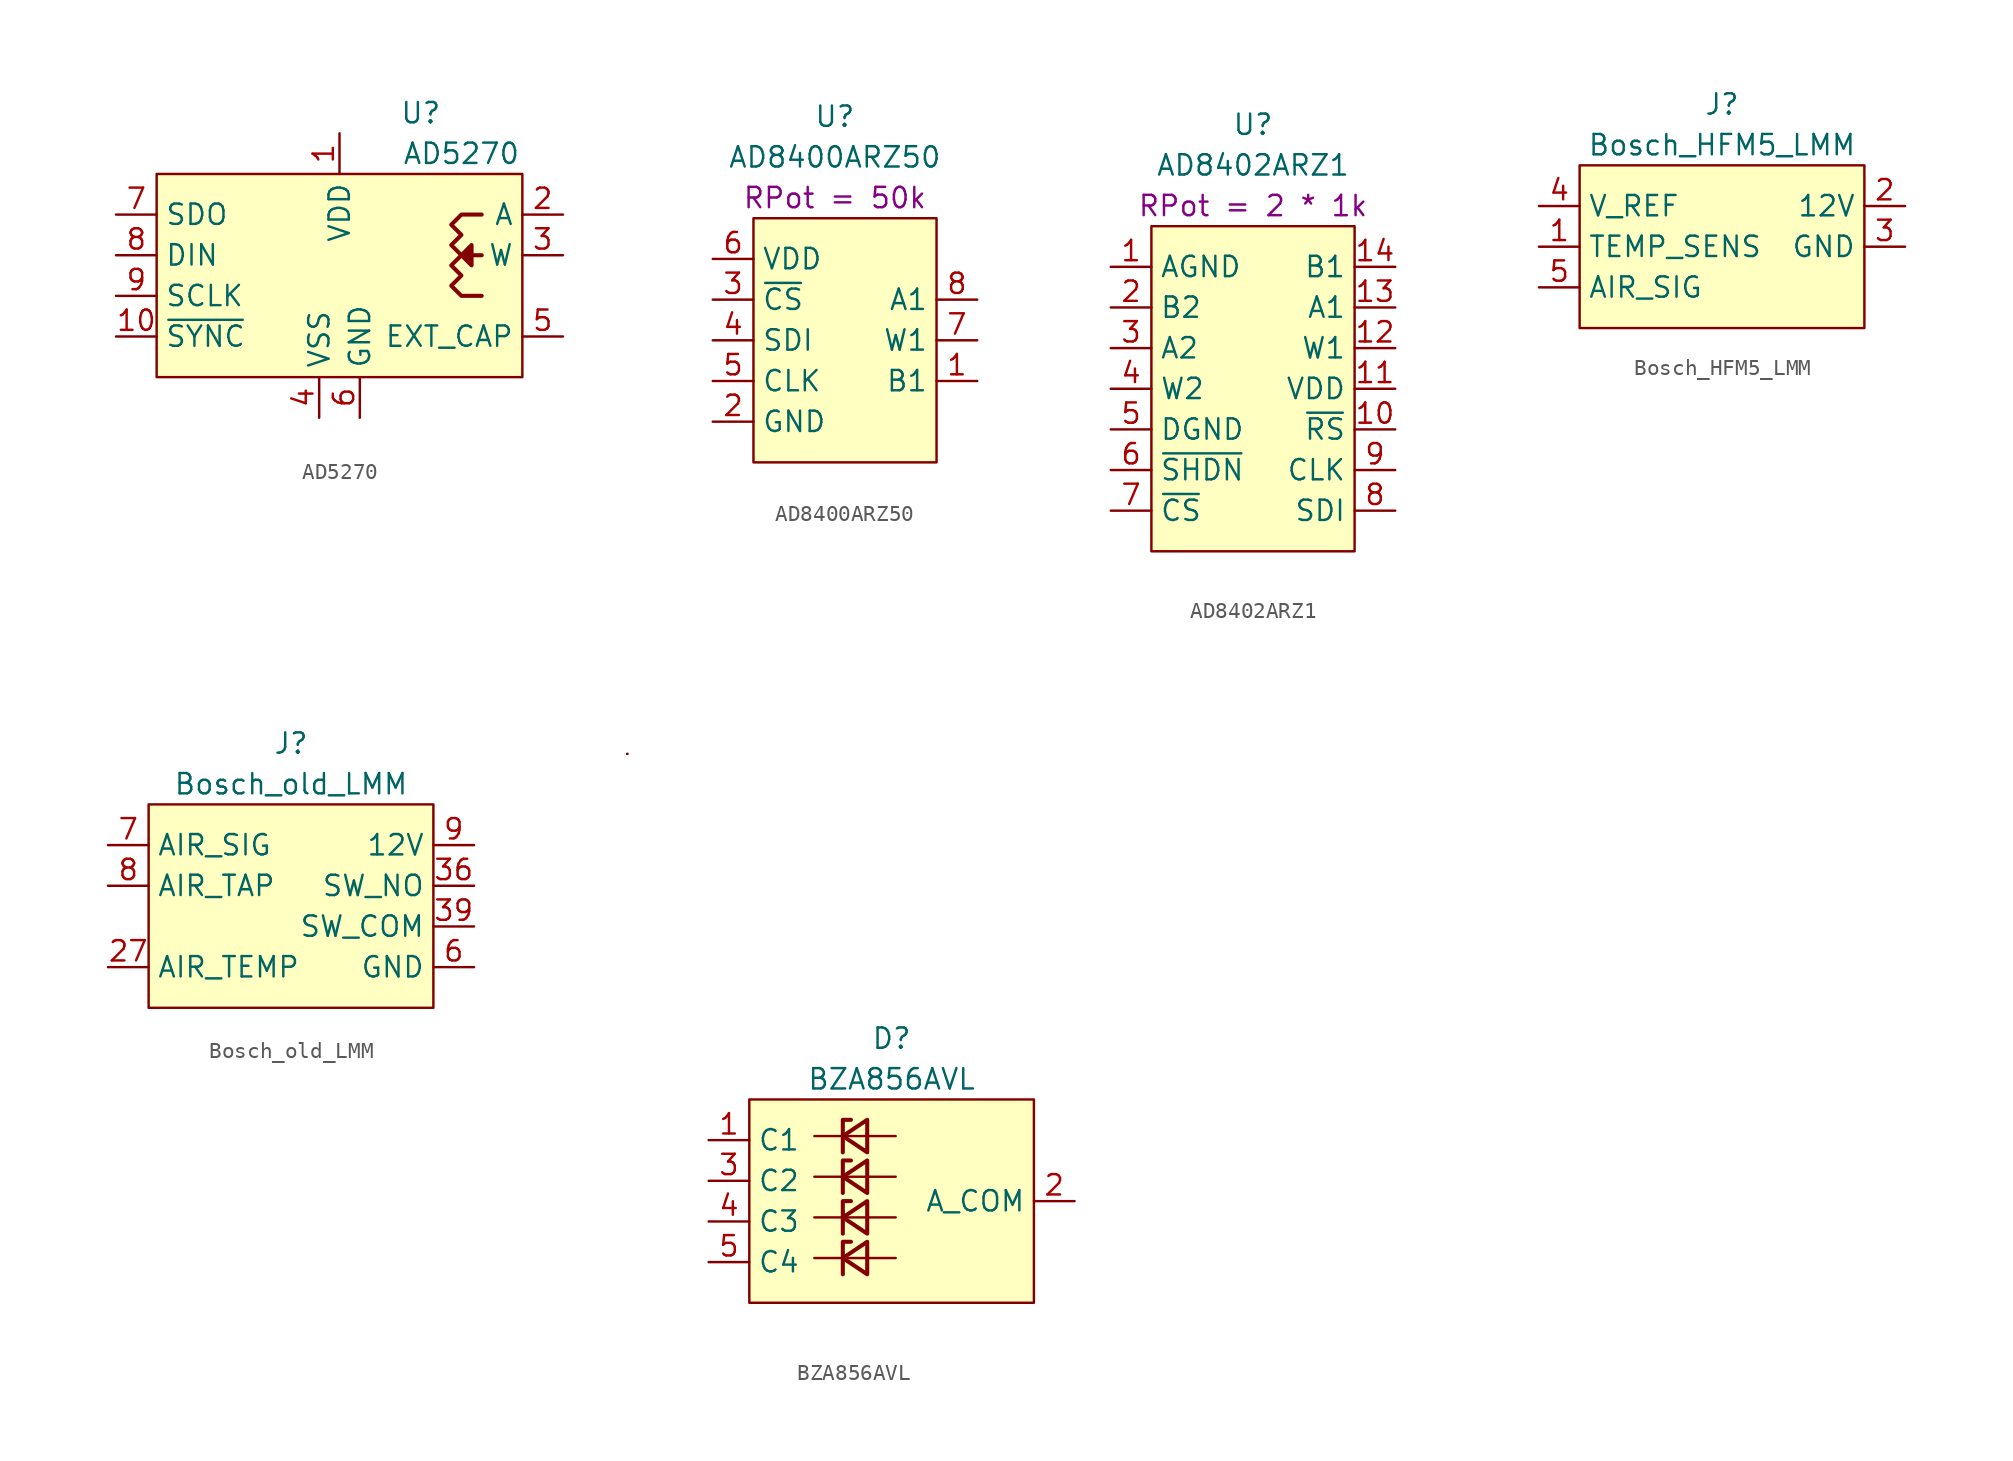
<source format=kicad_sym>
(kicad_symbol_lib
  (version 20211014)
  (generator kicad_symbol_editor)
  (symbol "AD5270"
    (property "Reference" "U"
      (at 5.08 10.16 0)
      (effects (font (size 1.27 1.27))))
    (property "Value" "AD5270"
      (at 7.62 7.62 0)
      (effects (font (size 1.27 1.27))))
    (symbol "AD5270_0_0"
      (pin power_in line (at 0 8.89 270) (length 2.54) (name "VDD" (effects (font (size 1.27 1.27)))) (number "1" (effects (font (size 1.27 1.27)))))
      (pin input line (at -13.97 -3.81 0) (length 2.54) (name "~{SYNC}" (effects (font (size 1.27 1.27)))) (number "10" (effects (font (size 1.27 1.27)))))
      (pin bidirectional line (at 13.97 3.81 180) (length 2.54) (name "A" (effects (font (size 1.27 1.27)))) (number "2" (effects (font (size 1.27 1.27)))))
      (pin bidirectional line (at 13.97 1.27 180) (length 2.54) (name "W" (effects (font (size 1.27 1.27)))) (number "3" (effects (font (size 1.27 1.27)))))
      (pin power_in line (at -1.27 -8.89 90) (length 2.54) (name "VSS" (effects (font (size 1.27 1.27)))) (number "4" (effects (font (size 1.27 1.27)))))
      (pin power_in line (at 13.97 -3.81 180) (length 2.54) (name "EXT_CAP" (effects (font (size 1.27 1.27)))) (number "5" (effects (font (size 1.27 1.27)))))
      (pin power_in line (at 1.27 -8.89 90) (length 2.54) (name "GND" (effects (font (size 1.27 1.27)))) (number "6" (effects (font (size 1.27 1.27)))))
      (pin output line (at -13.97 3.81 0) (length 2.54) (name "SDO" (effects (font (size 1.27 1.27)))) (number "7" (effects (font (size 1.27 1.27)))))
      (pin input line (at -13.97 1.27 0) (length 2.54) (name "DIN" (effects (font (size 1.27 1.27)))) (number "8" (effects (font (size 1.27 1.27)))))
      (pin input line (at -13.97 -1.27 0) (length 2.54) (name "SCLK" (effects (font (size 1.27 1.27)))) (number "9" (effects (font (size 1.27 1.27))))))
    (symbol "AD5270_0_1"
      (rectangle (start -11.43 6.35) (end 11.43 -6.35) (stroke (width 0) (type default) (color 0 0 0 0)) (fill (type background)))
      (polyline (pts (xy 8.89 1.27) (xy 8.255 1.27) (xy 7.62 1.27) (xy 8.255 1.905) (xy 8.255 0.635) (xy 7.62 1.27)) (stroke (width 0.254) (type default) (color 0 0 0 0)) (fill (type outline)))
      (polyline (pts (xy 8.89 3.81) (xy 7.62 3.81) (xy 6.985 3.175) (xy 7.62 2.54) (xy 6.985 1.905) (xy 7.62 1.27) (xy 6.985 0.635) (xy 7.62 0) (xy 6.985 -0.635) (xy 7.62 -1.27) (xy 8.89 -1.27)) (stroke (width 0.254) (type default) (color 0 0 0 0)) (fill (type none)))))
  (symbol "AD8400ARZ50"
    (property "Reference" "U"
      (at 0 13.97 0)
      (effects (font (size 1.27 1.27))))
    (property "Value" "AD8400ARZ50"
      (at 0 11.43 0)
      (effects (font (size 1.27 1.27))))
    (property "RPot" "RPot = 50k"
      (at 0 8.89 0)
      (effects (font (size 1.27 1.27))))
    (symbol "AD8400ARZ50_0_0"
      (pin passive line (at 8.89 -2.54 180) (length 2.54) (name "B1" (effects (font (size 1.27 1.27)))) (number "1" (effects (font (size 1.27 1.27)))))
      (pin power_in line (at -7.62 -5.08 0) (length 2.54) (name "GND" (effects (font (size 1.27 1.27)))) (number "2" (effects (font (size 1.27 1.27)))))
      (pin input line (at -7.62 2.54 0) (length 2.54) (name "~{CS}" (effects (font (size 1.27 1.27)))) (number "3" (effects (font (size 1.27 1.27)))))
      (pin input line (at -7.62 0 0) (length 2.54) (name "SDI" (effects (font (size 1.27 1.27)))) (number "4" (effects (font (size 1.27 1.27)))))
      (pin input line (at -7.62 -2.54 0) (length 2.54) (name "CLK" (effects (font (size 1.27 1.27)))) (number "5" (effects (font (size 1.27 1.27)))))
      (pin power_in line (at -7.62 5.08 0) (length 2.54) (name "VDD" (effects (font (size 1.27 1.27)))) (number "6" (effects (font (size 1.27 1.27)))))
      (pin passive line (at 8.89 0 180) (length 2.54) (name "W1" (effects (font (size 1.27 1.27)))) (number "7" (effects (font (size 1.27 1.27)))))
      (pin passive line (at 8.89 2.54 180) (length 2.54) (name "A1" (effects (font (size 1.27 1.27)))) (number "8" (effects (font (size 1.27 1.27))))))
    (symbol "AD8400ARZ50_0_1"
      (rectangle (start -5.08 7.62) (end 6.35 -7.62) (stroke (width 0) (type default) (color 0 0 0 0)) (fill (type background)))))
  (symbol "AD8402ARZ1"
    (property "Reference" "U"
      (at 0 16.51 0)
      (effects (font (size 1.27 1.27))))
    (property "Value" "AD8402ARZ1"
      (at 0 13.97 0)
      (effects (font (size 1.27 1.27))))
    (property "RPot" "RPot = 2 * 1k"
      (at 0 11.43 0)
      (effects (font (size 1.27 1.27))))
    (symbol "AD8402ARZ1_0_0"
      (pin power_in line (at -8.89 7.62 0) (length 2.54) (name "AGND" (effects (font (size 1.27 1.27)))) (number "1" (effects (font (size 1.27 1.27)))))
      (pin input line (at 8.89 -2.54 180) (length 2.54) (name "~{RS}" (effects (font (size 1.27 1.27)))) (number "10" (effects (font (size 1.27 1.27)))))
      (pin power_in line (at 8.89 0 180) (length 2.54) (name "VDD" (effects (font (size 1.27 1.27)))) (number "11" (effects (font (size 1.27 1.27)))))
      (pin passive line (at 8.89 2.54 180) (length 2.54) (name "W1" (effects (font (size 1.27 1.27)))) (number "12" (effects (font (size 1.27 1.27)))))
      (pin passive line (at 8.89 5.08 180) (length 2.54) (name "A1" (effects (font (size 1.27 1.27)))) (number "13" (effects (font (size 1.27 1.27)))))
      (pin passive line (at 8.89 7.62 180) (length 2.54) (name "B1" (effects (font (size 1.27 1.27)))) (number "14" (effects (font (size 1.27 1.27)))))
      (pin passive line (at -8.89 5.08 0) (length 2.54) (name "B2" (effects (font (size 1.27 1.27)))) (number "2" (effects (font (size 1.27 1.27)))))
      (pin passive line (at -8.89 2.54 0) (length 2.54) (name "A2" (effects (font (size 1.27 1.27)))) (number "3" (effects (font (size 1.27 1.27)))))
      (pin passive line (at -8.89 0 0) (length 2.54) (name "W2" (effects (font (size 1.27 1.27)))) (number "4" (effects (font (size 1.27 1.27)))))
      (pin power_in line (at -8.89 -2.54 0) (length 2.54) (name "DGND" (effects (font (size 1.27 1.27)))) (number "5" (effects (font (size 1.27 1.27)))))
      (pin input line (at -8.89 -5.08 0) (length 2.54) (name "~{SHDN}" (effects (font (size 1.27 1.27)))) (number "6" (effects (font (size 1.27 1.27)))))
      (pin input line (at -8.89 -7.62 0) (length 2.54) (name "~{CS}" (effects (font (size 1.27 1.27)))) (number "7" (effects (font (size 1.27 1.27)))))
      (pin input line (at 8.89 -7.62 180) (length 2.54) (name "SDI" (effects (font (size 1.27 1.27)))) (number "8" (effects (font (size 1.27 1.27)))))
      (pin input line (at 8.89 -5.08 180) (length 2.54) (name "CLK" (effects (font (size 1.27 1.27)))) (number "9" (effects (font (size 1.27 1.27))))))
    (symbol "AD8402ARZ1_0_1"
      (rectangle (start -6.35 10.16) (end 6.35 -10.16) (stroke (width 0) (type default) (color 0 0 0 0)) (fill (type background)))))
  (symbol "Bosch_HFM5_LMM"
    (property "Reference" "J"
      (at 0 8.89 0)
      (effects (font (size 1.27 1.27))))
    (property "Value" "Bosch_HFM5_LMM"
      (at 0 6.35 0)
      (effects (font (size 1.27 1.27))))
    (symbol "Bosch_HFM5_LMM_0_1"
      (rectangle (start -8.89 5.08) (end 8.89 -5.08) (stroke (width 0) (type default) (color 0 0 0 0)) (fill (type background))))
    (symbol "Bosch_HFM5_LMM_1_1"
      (pin input line (at -11.43 0 0) (length 2.54) (name "TEMP_SENS" (effects (font (size 1.27 1.27)))) (number "1" (effects (font (size 1.27 1.27)))))
      (pin power_in line (at 11.43 2.54 180) (length 2.54) (name "12V" (effects (font (size 1.27 1.27)))) (number "2" (effects (font (size 1.27 1.27)))))
      (pin power_in line (at 11.43 0 180) (length 2.54) (name "GND" (effects (font (size 1.27 1.27)))) (number "3" (effects (font (size 1.27 1.27)))))
      (pin input line (at -11.43 2.54 0) (length 2.54) (name "V_REF" (effects (font (size 1.27 1.27)))) (number "4" (effects (font (size 1.27 1.27)))))
      (pin input line (at -11.43 -2.54 0) (length 2.54) (name "AIR_SIG" (effects (font (size 1.27 1.27)))) (number "5" (effects (font (size 1.27 1.27)))))))
  (symbol "Bosch_old_LMM"
    (property "Reference" "J"
      (at 0 10.16 0)
      (effects (font (size 1.27 1.27))))
    (property "Value" "Bosch_old_LMM"
      (at 0 7.62 0)
      (effects (font (size 1.27 1.27))))
    (symbol "Bosch_old_LMM_0_1"
      (rectangle (start -8.89 6.35) (end 8.89 -6.35) (stroke (width 0) (type default) (color 0 0 0 0)) (fill (type background))))
    (symbol "Bosch_old_LMM_1_1"
      (pin input line (at -11.43 -3.81 0) (length 2.54) (name "AIR_TEMP" (effects (font (size 1.27 1.27)))) (number "27" (effects (font (size 1.27 1.27)))))
      (pin bidirectional line (at 11.43 1.27 180) (length 2.54) (name "SW_NO" (effects (font (size 1.27 1.27)))) (number "36" (effects (font (size 1.27 1.27)))))
      (pin bidirectional line (at 11.43 -1.27 180) (length 2.54) (name "SW_COM" (effects (font (size 1.27 1.27)))) (number "39" (effects (font (size 1.27 1.27)))))
      (pin input line (at 11.43 -3.81 180) (length 2.54) (name "GND" (effects (font (size 1.27 1.27)))) (number "6" (effects (font (size 1.27 1.27)))))
      (pin input line (at -11.43 3.81 0) (length 2.54) (name "AIR_SIG" (effects (font (size 1.27 1.27)))) (number "7" (effects (font (size 1.27 1.27)))))
      (pin input line (at -11.43 1.27 0) (length 2.54) (name "AIR_TAP" (effects (font (size 1.27 1.27)))) (number "8" (effects (font (size 1.27 1.27)))))
      (pin input line (at 11.43 3.81 180) (length 2.54) (name "12V" (effects (font (size 1.27 1.27)))) (number "9" (effects (font (size 1.27 1.27)))))))
  (symbol "BZA856AVL"
    (property "Reference" "D"
      (at 0 10.16 0)
      (effects (font (size 1.27 1.27))))
    (property "Value" "BZA856AVL"
      (at 0 7.62 0)
      (effects (font (size 1.27 1.27))))
    (symbol "BZA856AVL_0_0"
      (pin input line (at -11.43 1.27 0) (length 2.54) (name "C2" (effects (font (size 1.27 1.27)))) (number "3" (effects (font (size 1.27 1.27)))))
      (pin input line (at -11.43 -1.27 0) (length 2.54) (name "C3" (effects (font (size 1.27 1.27)))) (number "4" (effects (font (size 1.27 1.27)))))
      (pin input line (at -11.43 -3.81 0) (length 2.54) (name "C4" (effects (font (size 1.27 1.27)))) (number "5" (effects (font (size 1.27 1.27))))))
    (symbol "BZA856AVL_0_1"
      (rectangle (start -8.89 6.35) (end 8.89 -6.35) (stroke (width 0) (type default) (color 0 0 0 0)) (fill (type background)))
      (polyline (pts (xy -16.51 27.94) (xy -16.51 27.94)) (stroke (width 0) (type default) (color 0 0 0 0)) (fill (type none)))
      (polyline (pts (xy -16.51 27.94) (xy -16.51 27.94)) (stroke (width 0) (type default) (color 0 0 0 0)) (fill (type none)))
      (polyline (pts (xy 0.254 -3.556) (xy -4.826 -3.556)) (stroke (width 0) (type default) (color 0 0 0 0)) (fill (type none)))
      (polyline (pts (xy 0.254 -1.016) (xy -4.826 -1.016)) (stroke (width 0) (type default) (color 0 0 0 0)) (fill (type none)))
      (polyline (pts (xy 0.254 1.524) (xy -4.826 1.524)) (stroke (width 0) (type default) (color 0 0 0 0)) (fill (type none)))
      (polyline (pts (xy 0.254 4.064) (xy -4.826 4.064)) (stroke (width 0) (type default) (color 0 0 0 0)) (fill (type none)))
      (polyline (pts (xy -2.54 -2.54) (xy -3.048 -2.54) (xy -3.048 -4.572)) (stroke (width 0.254) (type default) (color 0 0 0 0)) (fill (type none)))
      (polyline (pts (xy -2.54 0) (xy -3.048 0) (xy -3.048 -2.032)) (stroke (width 0.254) (type default) (color 0 0 0 0)) (fill (type none)))
      (polyline (pts (xy -2.54 2.54) (xy -3.048 2.54) (xy -3.048 0.508)) (stroke (width 0.254) (type default) (color 0 0 0 0)) (fill (type none)))
      (polyline (pts (xy -2.54 5.08) (xy -3.048 5.08) (xy -3.048 3.048)) (stroke (width 0.254) (type default) (color 0 0 0 0)) (fill (type none)))
      (polyline (pts (xy -1.524 -2.54) (xy -3.048 -3.556) (xy -1.524 -4.572) (xy -1.524 -2.54)) (stroke (width 0.254) (type default) (color 0 0 0 0)) (fill (type none)))
      (polyline (pts (xy -1.524 0) (xy -3.048 -1.016) (xy -1.524 -2.032) (xy -1.524 0)) (stroke (width 0.254) (type default) (color 0 0 0 0)) (fill (type none)))
      (polyline (pts (xy -1.524 2.54) (xy -3.048 1.524) (xy -1.524 0.508) (xy -1.524 2.54)) (stroke (width 0.254) (type default) (color 0 0 0 0)) (fill (type none)))
      (polyline (pts (xy -1.524 5.08) (xy -3.048 4.064) (xy -1.524 3.048) (xy -1.524 5.08)) (stroke (width 0.254) (type default) (color 0 0 0 0)) (fill (type none))))
    (symbol "BZA856AVL_1_1"
      (pin input line (at -11.43 3.81 0) (length 2.54) (name "C1" (effects (font (size 1.27 1.27)))) (number "1" (effects (font (size 1.27 1.27)))))
      (pin input line (at 11.43 0 180) (length 2.54) (name "A_COM" (effects (font (size 1.27 1.27)))) (number "2" (effects (font (size 1.27 1.27))))))))
</source>
